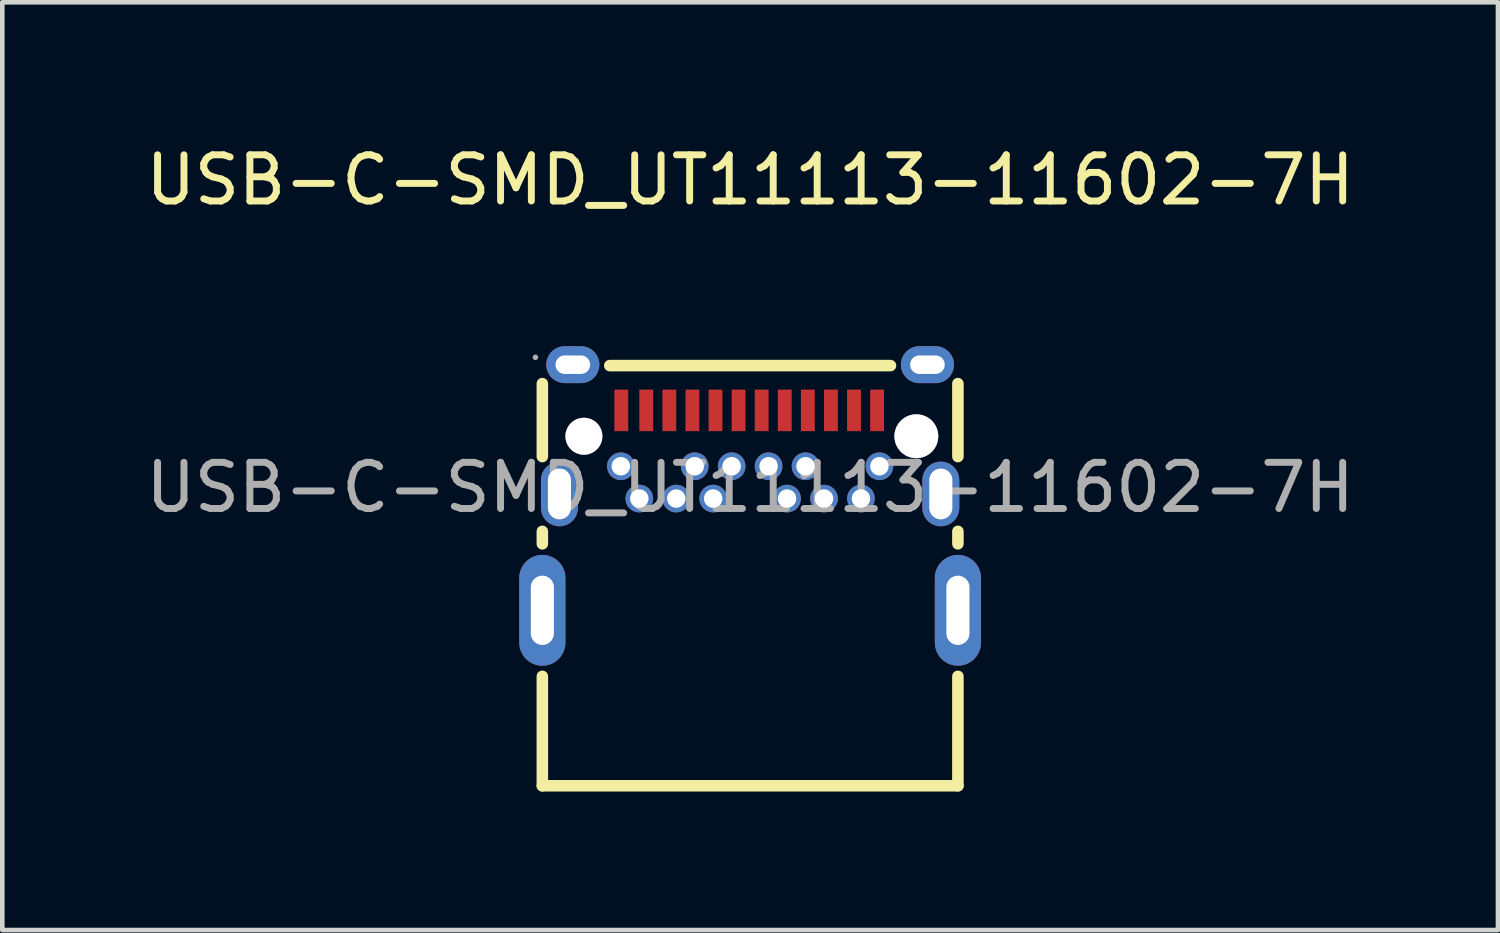
<source format=kicad_pcb>
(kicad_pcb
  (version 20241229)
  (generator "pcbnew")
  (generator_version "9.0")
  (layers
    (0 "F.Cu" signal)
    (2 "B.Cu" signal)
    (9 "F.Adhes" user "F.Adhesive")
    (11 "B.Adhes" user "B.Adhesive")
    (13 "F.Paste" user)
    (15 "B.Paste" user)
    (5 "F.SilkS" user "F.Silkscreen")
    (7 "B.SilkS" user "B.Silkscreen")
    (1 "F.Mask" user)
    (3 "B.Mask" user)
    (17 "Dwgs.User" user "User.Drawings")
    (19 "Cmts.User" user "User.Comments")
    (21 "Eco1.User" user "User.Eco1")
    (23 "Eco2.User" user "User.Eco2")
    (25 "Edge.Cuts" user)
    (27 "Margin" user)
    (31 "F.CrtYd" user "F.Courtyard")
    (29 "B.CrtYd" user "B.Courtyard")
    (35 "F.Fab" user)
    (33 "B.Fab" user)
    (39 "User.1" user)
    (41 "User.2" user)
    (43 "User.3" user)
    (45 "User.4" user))
  (footprint "USB-C-SMD_UT11113-11602-7H"
    (layer "F.Cu")
    (at 13.196 7.508)
    (property "Reference" "USB-C-SMD_UT11113-11602-7H" (at 0 -6.66 0) (layer "F.SilkS") (effects (font (size 1 1) (thickness 0.15))))
    (attr smd)
    (fp_line (start -4.5 -0.67) (end -4.5 -2.25) (stroke (width 0.25) (type solid)) (layer "F.SilkS"))
    (fp_line (start -4.5 1.22) (end -4.5 0.95) (stroke (width 0.25) (type solid)) (layer "F.SilkS"))
    (fp_line (start -4.5 6.46) (end -4.5 4.09) (stroke (width 0.25) (type solid)) (layer "F.SilkS"))
    (fp_line (start -4.5 6.46) (end 4.5 6.46) (stroke (width 0.25) (type solid)) (layer "F.SilkS"))
    (fp_line (start -3.04 -2.64) (end 3.04 -2.64) (stroke (width 0.25) (type solid)) (layer "F.SilkS"))
    (fp_line (start 4.5 -0.67) (end 4.5 -2.25) (stroke (width 0.25) (type solid)) (layer "F.SilkS"))
    (fp_line (start 4.5 1.22) (end 4.5 0.95) (stroke (width 0.25) (type solid)) (layer "F.SilkS"))
    (fp_line (start 4.5 6.46) (end 4.5 4.09) (stroke (width 0.25) (type solid)) (layer "F.SilkS"))
    (fp_circle (center -3.6 -1.11) (end -3.45 -1.11) (stroke (width 0.3) (type solid)) (fill no) (layer "Cmts.User"))
    (fp_circle (center 3.6 -1.11) (end 3.75 -1.11) (stroke (width 0.3) (type solid)) (fill no) (layer "Cmts.User"))
    (fp_circle (center -4.65 -2.82) (end -4.62 -2.82) (stroke (width 0.06) (type solid)) (fill no) (layer "F.Fab"))
    (fp_circle (center -2.8 -0.46) (end -2.75 -0.46) (stroke (width 0.1) (type solid)) (fill no) (layer "F.Fab"))
    (fp_circle (center -2.4 0.24) (end -2.35 0.24) (stroke (width 0.1) (type solid)) (fill no) (layer "F.Fab"))
    (fp_circle (center -1.6 0.24) (end -1.55 0.24) (stroke (width 0.1) (type solid)) (fill no) (layer "F.Fab"))
    (fp_circle (center -1.2 -0.46) (end -1.15 -0.46) (stroke (width 0.1) (type solid)) (fill no) (layer "F.Fab"))
    (fp_circle (center -0.8 0.24) (end -0.75 0.24) (stroke (width 0.1) (type solid)) (fill no) (layer "F.Fab"))
    (fp_circle (center -0.4 -0.46) (end -0.35 -0.46) (stroke (width 0.1) (type solid)) (fill no) (layer "F.Fab"))
    (fp_circle (center 0.4 -0.46) (end 0.45 -0.46) (stroke (width 0.1) (type solid)) (fill no) (layer "F.Fab"))
    (fp_circle (center 0.8 0.24) (end 0.85 0.24) (stroke (width 0.1) (type solid)) (fill no) (layer "F.Fab"))
    (fp_circle (center 1.2 -0.46) (end 1.25 -0.46) (stroke (width 0.1) (type solid)) (fill no) (layer "F.Fab"))
    (fp_circle (center 1.6 0.24) (end 1.65 0.24) (stroke (width 0.1) (type solid)) (fill no) (layer "F.Fab"))
    (fp_circle (center 2.4 0.24) (end 2.45 0.24) (stroke (width 0.1) (type solid)) (fill no) (layer "F.Fab"))
    (fp_circle (center 2.8 -0.46) (end 2.85 -0.46) (stroke (width 0.1) (type solid)) (fill no) (layer "F.Fab"))
    (fp_text user "${REFERENCE}" (at 0 0 0) (layer "F.Fab") (effects (font (size 1 1) (thickness 0.15))))
    (pad "" thru_hole circle (at -3.6 -1.11) (size 0.8 0.8) (drill 0.8) (layers "*.Cu" "*.Mask"))
    (pad "" thru_hole circle (at 3.6 -1.11) (size 0.95 0.95) (drill 0.95) (layers "*.Cu" "*.Mask"))
    (pad "25" thru_hole oval (at -3.84 -2.66 90) (size 0.8 1.15) (drill oval 0.4 0.75) (layers "*.Cu" "*.Mask"))
    (pad "26" thru_hole oval (at -4.13 0.14) (size 0.8 1.4) (drill oval 0.5 1.1) (layers "*.Cu" "*.Mask"))
    (pad "27" thru_hole oval (at -4.5 2.66) (size 1 2.4) (drill oval 0.5 1.5) (layers "*.Cu" "*.Mask"))
    (pad "28" thru_hole oval (at 4.5 2.66) (size 1 2.4) (drill oval 0.5 1.5) (layers "*.Cu" "*.Mask"))
    (pad "29" thru_hole oval (at 4.13 0.14) (size 0.8 1.4) (drill oval 0.5 1.1) (layers "*.Cu" "*.Mask"))
    (pad "30" thru_hole oval (at 3.84 -2.66 90) (size 0.8 1.15) (drill oval 0.4 0.75) (layers "*.Cu" "*.Mask"))
    (pad "A1" smd rect (at -2.79 -1.67) (size 0.3 0.9) (layers "F.Cu" "F.Mask" "F.Paste"))
    (pad "A2" smd rect (at -2.25 -1.67) (size 0.3 0.9) (layers "F.Cu" "F.Mask" "F.Paste"))
    (pad "A3" smd rect (at -1.75 -1.67) (size 0.3 0.9) (layers "F.Cu" "F.Mask" "F.Paste"))
    (pad "A4" smd rect (at -1.25 -1.67) (size 0.3 0.9) (layers "F.Cu" "F.Mask" "F.Paste"))
    (pad "A5" smd rect (at -0.75 -1.67) (size 0.3 0.9) (layers "F.Cu" "F.Mask" "F.Paste"))
    (pad "A6" smd rect (at -0.25 -1.67) (size 0.3 0.9) (layers "F.Cu" "F.Mask" "F.Paste"))
    (pad "A7" smd rect (at 0.25 -1.67) (size 0.3 0.9) (layers "F.Cu" "F.Mask" "F.Paste"))
    (pad "A8" smd rect (at 0.75 -1.67) (size 0.3 0.9) (layers "F.Cu" "F.Mask" "F.Paste"))
    (pad "A9" smd rect (at 1.25 -1.67) (size 0.3 0.9) (layers "F.Cu" "F.Mask" "F.Paste"))
    (pad "A10" smd rect (at 1.75 -1.67) (size 0.3 0.9) (layers "F.Cu" "F.Mask" "F.Paste"))
    (pad "A11" smd rect (at 2.25 -1.67) (size 0.3 0.9) (layers "F.Cu" "F.Mask" "F.Paste"))
    (pad "A12" smd rect (at 2.75 -1.67) (size 0.3 0.9) (layers "F.Cu" "F.Mask" "F.Paste"))
    (pad "B1" thru_hole circle (at 2.8 -0.46) (size 0.6 0.6) (drill 0.4) (layers "*.Cu" "*.Mask"))
    (pad "B2" thru_hole circle (at 2.4 0.24) (size 0.6 0.6) (drill 0.4) (layers "*.Cu" "*.Mask"))
    (pad "B3" thru_hole circle (at 1.6 0.24) (size 0.6 0.6) (drill 0.4) (layers "*.Cu" "*.Mask"))
    (pad "B4" thru_hole circle (at 1.2 -0.46) (size 0.6 0.6) (drill 0.4) (layers "*.Cu" "*.Mask"))
    (pad "B5" thru_hole circle (at 0.8 0.24) (size 0.6 0.6) (drill 0.4) (layers "*.Cu" "*.Mask"))
    (pad "B6" thru_hole circle (at 0.4 -0.46) (size 0.6 0.6) (drill 0.4) (layers "*.Cu" "*.Mask"))
    (pad "B7" thru_hole circle (at -0.4 -0.46) (size 0.6 0.6) (drill 0.4) (layers "*.Cu" "*.Mask"))
    (pad "B8" thru_hole circle (at -0.8 0.24) (size 0.6 0.6) (drill 0.4) (layers "*.Cu" "*.Mask"))
    (pad "B9" thru_hole circle (at -1.2 -0.46) (size 0.6 0.6) (drill 0.4) (layers "*.Cu" "*.Mask"))
    (pad "B10" thru_hole circle (at -1.6 0.24) (size 0.6 0.6) (drill 0.4) (layers "*.Cu" "*.Mask"))
    (pad "B11" thru_hole circle (at -2.4 0.24) (size 0.6 0.6) (drill 0.4) (layers "*.Cu" "*.Mask"))
    (pad "B12" thru_hole circle (at -2.8 -0.46) (size 0.6 0.6) (drill 0.4) (layers "*.Cu" "*.Mask")))
  (gr_rect
    (start -3 -3)
    (end 29.393 17.093)
    (stroke (width 0.1) (type default))
    (fill no)
    (layer "Edge.Cuts")))
</source>
